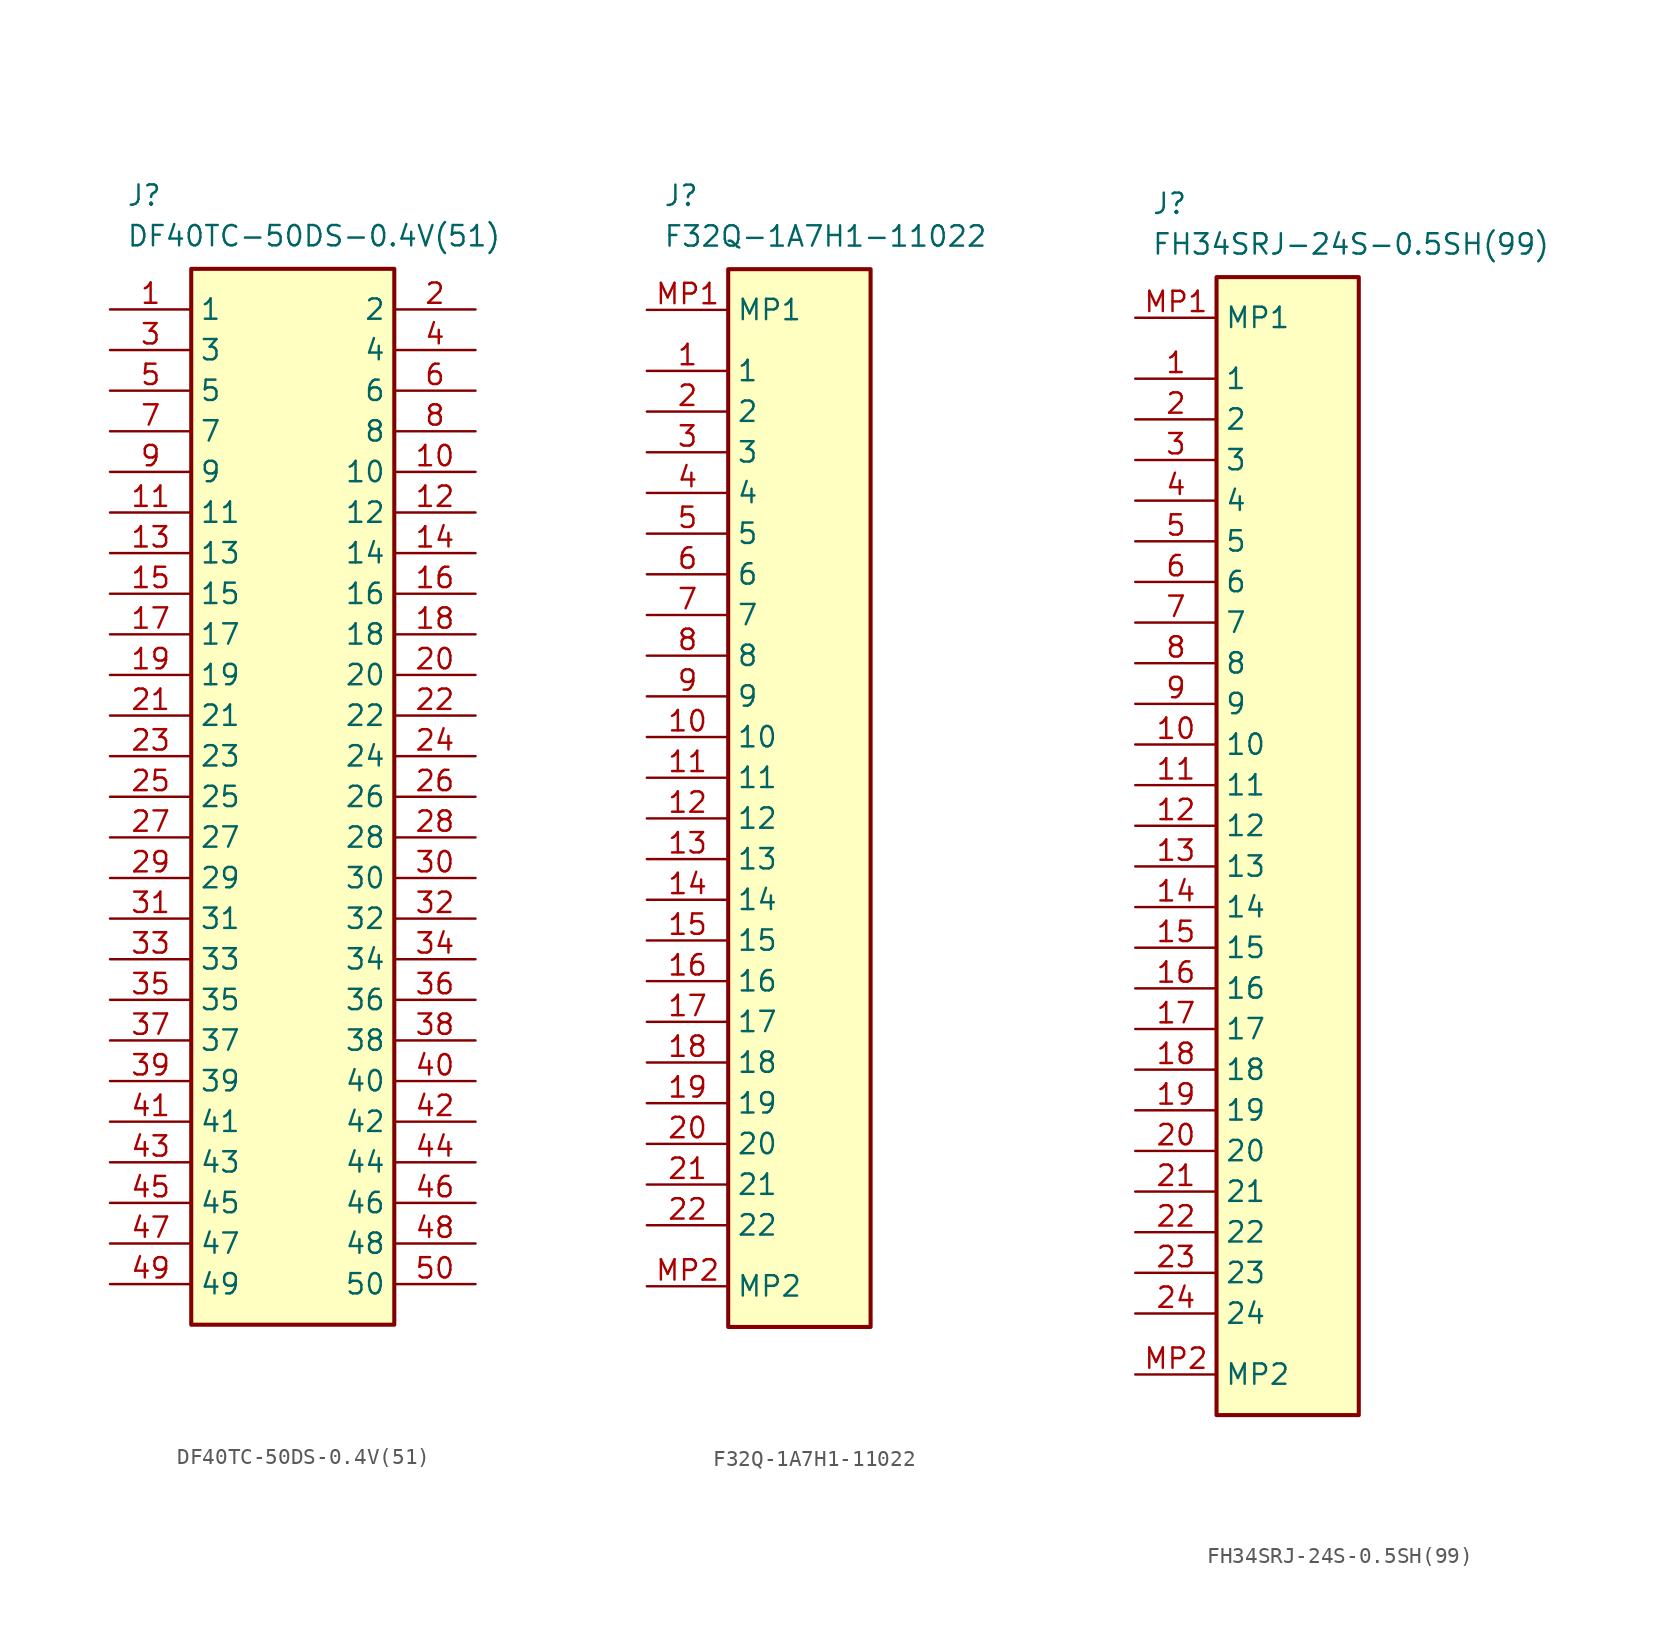
<source format=kicad_sym>
(kicad_symbol_lib
  (version 20241209)
  (generator "kicad_symbol_editor")
  (generator_version "9.0")
  (symbol "DF40TC-50DS-0.4V(51)"
    (property "Reference" "J"
      (at 1.016 7.874 0)
      (effects (font (size 1.27 1.27)) (justify left top)))
    (property "Value" "DF40TC-50DS-0.4V(51)"
      (at 1.016 5.334 0)
      (effects (font (size 1.27 1.27)) (justify left top)))
    (symbol "DF40TC-50DS-0.4V(51)_1_1"
      (rectangle (start 5.08 2.54) (end 17.78 -63.5) (stroke (width 0.254) (type default)) (fill (type background)))
      (pin passive line (at 0 0 0) (length 5.08) (name "1" (effects (font (size 1.27 1.27)))) (number "1" (effects (font (size 1.27 1.27)))))
      (pin passive line (at 0 -2.54 0) (length 5.08) (name "3" (effects (font (size 1.27 1.27)))) (number "3" (effects (font (size 1.27 1.27)))))
      (pin passive line (at 0 -5.08 0) (length 5.08) (name "5" (effects (font (size 1.27 1.27)))) (number "5" (effects (font (size 1.27 1.27)))))
      (pin passive line (at 0 -7.62 0) (length 5.08) (name "7" (effects (font (size 1.27 1.27)))) (number "7" (effects (font (size 1.27 1.27)))))
      (pin passive line (at 0 -10.16 0) (length 5.08) (name "9" (effects (font (size 1.27 1.27)))) (number "9" (effects (font (size 1.27 1.27)))))
      (pin passive line (at 0 -12.7 0) (length 5.08) (name "11" (effects (font (size 1.27 1.27)))) (number "11" (effects (font (size 1.27 1.27)))))
      (pin passive line (at 0 -15.24 0) (length 5.08) (name "13" (effects (font (size 1.27 1.27)))) (number "13" (effects (font (size 1.27 1.27)))))
      (pin passive line (at 0 -17.78 0) (length 5.08) (name "15" (effects (font (size 1.27 1.27)))) (number "15" (effects (font (size 1.27 1.27)))))
      (pin passive line (at 0 -20.32 0) (length 5.08) (name "17" (effects (font (size 1.27 1.27)))) (number "17" (effects (font (size 1.27 1.27)))))
      (pin passive line (at 0 -22.86 0) (length 5.08) (name "19" (effects (font (size 1.27 1.27)))) (number "19" (effects (font (size 1.27 1.27)))))
      (pin passive line (at 0 -25.4 0) (length 5.08) (name "21" (effects (font (size 1.27 1.27)))) (number "21" (effects (font (size 1.27 1.27)))))
      (pin passive line (at 0 -27.94 0) (length 5.08) (name "23" (effects (font (size 1.27 1.27)))) (number "23" (effects (font (size 1.27 1.27)))))
      (pin passive line (at 0 -30.48 0) (length 5.08) (name "25" (effects (font (size 1.27 1.27)))) (number "25" (effects (font (size 1.27 1.27)))))
      (pin passive line (at 0 -33.02 0) (length 5.08) (name "27" (effects (font (size 1.27 1.27)))) (number "27" (effects (font (size 1.27 1.27)))))
      (pin passive line (at 0 -35.56 0) (length 5.08) (name "29" (effects (font (size 1.27 1.27)))) (number "29" (effects (font (size 1.27 1.27)))))
      (pin passive line (at 0 -38.1 0) (length 5.08) (name "31" (effects (font (size 1.27 1.27)))) (number "31" (effects (font (size 1.27 1.27)))))
      (pin passive line (at 0 -40.64 0) (length 5.08) (name "33" (effects (font (size 1.27 1.27)))) (number "33" (effects (font (size 1.27 1.27)))))
      (pin passive line (at 0 -43.18 0) (length 5.08) (name "35" (effects (font (size 1.27 1.27)))) (number "35" (effects (font (size 1.27 1.27)))))
      (pin passive line (at 0 -45.72 0) (length 5.08) (name "37" (effects (font (size 1.27 1.27)))) (number "37" (effects (font (size 1.27 1.27)))))
      (pin passive line (at 0 -48.26 0) (length 5.08) (name "39" (effects (font (size 1.27 1.27)))) (number "39" (effects (font (size 1.27 1.27)))))
      (pin passive line (at 0 -50.8 0) (length 5.08) (name "41" (effects (font (size 1.27 1.27)))) (number "41" (effects (font (size 1.27 1.27)))))
      (pin passive line (at 0 -53.34 0) (length 5.08) (name "43" (effects (font (size 1.27 1.27)))) (number "43" (effects (font (size 1.27 1.27)))))
      (pin passive line (at 0 -55.88 0) (length 5.08) (name "45" (effects (font (size 1.27 1.27)))) (number "45" (effects (font (size 1.27 1.27)))))
      (pin passive line (at 0 -58.42 0) (length 5.08) (name "47" (effects (font (size 1.27 1.27)))) (number "47" (effects (font (size 1.27 1.27)))))
      (pin passive line (at 0 -60.96 0) (length 5.08) (name "49" (effects (font (size 1.27 1.27)))) (number "49" (effects (font (size 1.27 1.27)))))
      (pin passive line (at 22.86 0 180) (length 5.08) (name "2" (effects (font (size 1.27 1.27)))) (number "2" (effects (font (size 1.27 1.27)))))
      (pin passive line (at 22.86 -2.54 180) (length 5.08) (name "4" (effects (font (size 1.27 1.27)))) (number "4" (effects (font (size 1.27 1.27)))))
      (pin passive line (at 22.86 -5.08 180) (length 5.08) (name "6" (effects (font (size 1.27 1.27)))) (number "6" (effects (font (size 1.27 1.27)))))
      (pin passive line (at 22.86 -7.62 180) (length 5.08) (name "8" (effects (font (size 1.27 1.27)))) (number "8" (effects (font (size 1.27 1.27)))))
      (pin passive line (at 22.86 -10.16 180) (length 5.08) (name "10" (effects (font (size 1.27 1.27)))) (number "10" (effects (font (size 1.27 1.27)))))
      (pin passive line (at 22.86 -12.7 180) (length 5.08) (name "12" (effects (font (size 1.27 1.27)))) (number "12" (effects (font (size 1.27 1.27)))))
      (pin passive line (at 22.86 -15.24 180) (length 5.08) (name "14" (effects (font (size 1.27 1.27)))) (number "14" (effects (font (size 1.27 1.27)))))
      (pin passive line (at 22.86 -17.78 180) (length 5.08) (name "16" (effects (font (size 1.27 1.27)))) (number "16" (effects (font (size 1.27 1.27)))))
      (pin passive line (at 22.86 -20.32 180) (length 5.08) (name "18" (effects (font (size 1.27 1.27)))) (number "18" (effects (font (size 1.27 1.27)))))
      (pin passive line (at 22.86 -22.86 180) (length 5.08) (name "20" (effects (font (size 1.27 1.27)))) (number "20" (effects (font (size 1.27 1.27)))))
      (pin passive line (at 22.86 -25.4 180) (length 5.08) (name "22" (effects (font (size 1.27 1.27)))) (number "22" (effects (font (size 1.27 1.27)))))
      (pin passive line (at 22.86 -27.94 180) (length 5.08) (name "24" (effects (font (size 1.27 1.27)))) (number "24" (effects (font (size 1.27 1.27)))))
      (pin passive line (at 22.86 -30.48 180) (length 5.08) (name "26" (effects (font (size 1.27 1.27)))) (number "26" (effects (font (size 1.27 1.27)))))
      (pin passive line (at 22.86 -33.02 180) (length 5.08) (name "28" (effects (font (size 1.27 1.27)))) (number "28" (effects (font (size 1.27 1.27)))))
      (pin passive line (at 22.86 -35.56 180) (length 5.08) (name "30" (effects (font (size 1.27 1.27)))) (number "30" (effects (font (size 1.27 1.27)))))
      (pin passive line (at 22.86 -38.1 180) (length 5.08) (name "32" (effects (font (size 1.27 1.27)))) (number "32" (effects (font (size 1.27 1.27)))))
      (pin passive line (at 22.86 -40.64 180) (length 5.08) (name "34" (effects (font (size 1.27 1.27)))) (number "34" (effects (font (size 1.27 1.27)))))
      (pin passive line (at 22.86 -43.18 180) (length 5.08) (name "36" (effects (font (size 1.27 1.27)))) (number "36" (effects (font (size 1.27 1.27)))))
      (pin passive line (at 22.86 -45.72 180) (length 5.08) (name "38" (effects (font (size 1.27 1.27)))) (number "38" (effects (font (size 1.27 1.27)))))
      (pin passive line (at 22.86 -48.26 180) (length 5.08) (name "40" (effects (font (size 1.27 1.27)))) (number "40" (effects (font (size 1.27 1.27)))))
      (pin passive line (at 22.86 -50.8 180) (length 5.08) (name "42" (effects (font (size 1.27 1.27)))) (number "42" (effects (font (size 1.27 1.27)))))
      (pin passive line (at 22.86 -53.34 180) (length 5.08) (name "44" (effects (font (size 1.27 1.27)))) (number "44" (effects (font (size 1.27 1.27)))))
      (pin passive line (at 22.86 -55.88 180) (length 5.08) (name "46" (effects (font (size 1.27 1.27)))) (number "46" (effects (font (size 1.27 1.27)))))
      (pin passive line (at 22.86 -58.42 180) (length 5.08) (name "48" (effects (font (size 1.27 1.27)))) (number "48" (effects (font (size 1.27 1.27)))))
      (pin passive line (at 22.86 -60.96 180) (length 5.08) (name "50" (effects (font (size 1.27 1.27)))) (number "50" (effects (font (size 1.27 1.27)))))))
  (symbol "F32Q-1A7H1-11022"
    (property "Reference" "J"
      (at 1.016 7.874 0)
      (effects (font (size 1.27 1.27)) (justify left top)))
    (property "Value" "F32Q-1A7H1-11022"
      (at 1.016 5.334 0)
      (effects (font (size 1.27 1.27)) (justify left top)))
    (symbol "F32Q-1A7H1-11022_1_1"
      (rectangle (start 5.08 2.54) (end 13.97 -63.5) (stroke (width 0.254) (type default)) (fill (type background)))
      (pin passive line (at 0 0 0) (length 5.08) (name "MP1" (effects (font (size 1.27 1.27)))) (number "MP1" (effects (font (size 1.27 1.27)))))
      (pin passive line (at 0 -3.81 0) (length 5.08) (name "1" (effects (font (size 1.27 1.27)))) (number "1" (effects (font (size 1.27 1.27)))))
      (pin passive line (at 0 -6.35 0) (length 5.08) (name "2" (effects (font (size 1.27 1.27)))) (number "2" (effects (font (size 1.27 1.27)))))
      (pin passive line (at 0 -8.89 0) (length 5.08) (name "3" (effects (font (size 1.27 1.27)))) (number "3" (effects (font (size 1.27 1.27)))))
      (pin passive line (at 0 -11.43 0) (length 5.08) (name "4" (effects (font (size 1.27 1.27)))) (number "4" (effects (font (size 1.27 1.27)))))
      (pin passive line (at 0 -13.97 0) (length 5.08) (name "5" (effects (font (size 1.27 1.27)))) (number "5" (effects (font (size 1.27 1.27)))))
      (pin passive line (at 0 -16.51 0) (length 5.08) (name "6" (effects (font (size 1.27 1.27)))) (number "6" (effects (font (size 1.27 1.27)))))
      (pin passive line (at 0 -19.05 0) (length 5.08) (name "7" (effects (font (size 1.27 1.27)))) (number "7" (effects (font (size 1.27 1.27)))))
      (pin passive line (at 0 -21.59 0) (length 5.08) (name "8" (effects (font (size 1.27 1.27)))) (number "8" (effects (font (size 1.27 1.27)))))
      (pin passive line (at 0 -24.13 0) (length 5.08) (name "9" (effects (font (size 1.27 1.27)))) (number "9" (effects (font (size 1.27 1.27)))))
      (pin passive line (at 0 -26.67 0) (length 5.08) (name "10" (effects (font (size 1.27 1.27)))) (number "10" (effects (font (size 1.27 1.27)))))
      (pin passive line (at 0 -29.21 0) (length 5.08) (name "11" (effects (font (size 1.27 1.27)))) (number "11" (effects (font (size 1.27 1.27)))))
      (pin passive line (at 0 -31.75 0) (length 5.08) (name "12" (effects (font (size 1.27 1.27)))) (number "12" (effects (font (size 1.27 1.27)))))
      (pin passive line (at 0 -34.29 0) (length 5.08) (name "13" (effects (font (size 1.27 1.27)))) (number "13" (effects (font (size 1.27 1.27)))))
      (pin passive line (at 0 -36.83 0) (length 5.08) (name "14" (effects (font (size 1.27 1.27)))) (number "14" (effects (font (size 1.27 1.27)))))
      (pin passive line (at 0 -39.37 0) (length 5.08) (name "15" (effects (font (size 1.27 1.27)))) (number "15" (effects (font (size 1.27 1.27)))))
      (pin passive line (at 0 -41.91 0) (length 5.08) (name "16" (effects (font (size 1.27 1.27)))) (number "16" (effects (font (size 1.27 1.27)))))
      (pin passive line (at 0 -44.45 0) (length 5.08) (name "17" (effects (font (size 1.27 1.27)))) (number "17" (effects (font (size 1.27 1.27)))))
      (pin passive line (at 0 -46.99 0) (length 5.08) (name "18" (effects (font (size 1.27 1.27)))) (number "18" (effects (font (size 1.27 1.27)))))
      (pin passive line (at 0 -49.53 0) (length 5.08) (name "19" (effects (font (size 1.27 1.27)))) (number "19" (effects (font (size 1.27 1.27)))))
      (pin passive line (at 0 -52.07 0) (length 5.08) (name "20" (effects (font (size 1.27 1.27)))) (number "20" (effects (font (size 1.27 1.27)))))
      (pin passive line (at 0 -54.61 0) (length 5.08) (name "21" (effects (font (size 1.27 1.27)))) (number "21" (effects (font (size 1.27 1.27)))))
      (pin passive line (at 0 -57.15 0) (length 5.08) (name "22" (effects (font (size 1.27 1.27)))) (number "22" (effects (font (size 1.27 1.27)))))
      (pin passive line (at 0 -60.96 0) (length 5.08) (name "MP2" (effects (font (size 1.27 1.27)))) (number "MP2" (effects (font (size 1.27 1.27)))))))
  (symbol "FH34SRJ-24S-0.5SH(99)"
    (property "Reference" "J"
      (at 1.016 7.874 0)
      (effects (font (size 1.27 1.27)) (justify left top)))
    (property "Value" "FH34SRJ-24S-0.5SH(99)"
      (at 1.016 5.334 0)
      (effects (font (size 1.27 1.27)) (justify left top)))
    (symbol "FH34SRJ-24S-0.5SH(99)_1_1"
      (rectangle (start 5.08 2.54) (end 13.97 -68.58) (stroke (width 0.254) (type default)) (fill (type background)))
      (pin passive line (at 0 0 0) (length 5.08) (name "MP1" (effects (font (size 1.27 1.27)))) (number "MP1" (effects (font (size 1.27 1.27)))))
      (pin passive line (at 0 -3.81 0) (length 5.08) (name "1" (effects (font (size 1.27 1.27)))) (number "1" (effects (font (size 1.27 1.27)))))
      (pin passive line (at 0 -6.35 0) (length 5.08) (name "2" (effects (font (size 1.27 1.27)))) (number "2" (effects (font (size 1.27 1.27)))))
      (pin passive line (at 0 -8.89 0) (length 5.08) (name "3" (effects (font (size 1.27 1.27)))) (number "3" (effects (font (size 1.27 1.27)))))
      (pin passive line (at 0 -11.43 0) (length 5.08) (name "4" (effects (font (size 1.27 1.27)))) (number "4" (effects (font (size 1.27 1.27)))))
      (pin passive line (at 0 -13.97 0) (length 5.08) (name "5" (effects (font (size 1.27 1.27)))) (number "5" (effects (font (size 1.27 1.27)))))
      (pin passive line (at 0 -16.51 0) (length 5.08) (name "6" (effects (font (size 1.27 1.27)))) (number "6" (effects (font (size 1.27 1.27)))))
      (pin passive line (at 0 -19.05 0) (length 5.08) (name "7" (effects (font (size 1.27 1.27)))) (number "7" (effects (font (size 1.27 1.27)))))
      (pin passive line (at 0 -21.59 0) (length 5.08) (name "8" (effects (font (size 1.27 1.27)))) (number "8" (effects (font (size 1.27 1.27)))))
      (pin passive line (at 0 -24.13 0) (length 5.08) (name "9" (effects (font (size 1.27 1.27)))) (number "9" (effects (font (size 1.27 1.27)))))
      (pin passive line (at 0 -26.67 0) (length 5.08) (name "10" (effects (font (size 1.27 1.27)))) (number "10" (effects (font (size 1.27 1.27)))))
      (pin passive line (at 0 -29.21 0) (length 5.08) (name "11" (effects (font (size 1.27 1.27)))) (number "11" (effects (font (size 1.27 1.27)))))
      (pin passive line (at 0 -31.75 0) (length 5.08) (name "12" (effects (font (size 1.27 1.27)))) (number "12" (effects (font (size 1.27 1.27)))))
      (pin passive line (at 0 -34.29 0) (length 5.08) (name "13" (effects (font (size 1.27 1.27)))) (number "13" (effects (font (size 1.27 1.27)))))
      (pin passive line (at 0 -36.83 0) (length 5.08) (name "14" (effects (font (size 1.27 1.27)))) (number "14" (effects (font (size 1.27 1.27)))))
      (pin passive line (at 0 -39.37 0) (length 5.08) (name "15" (effects (font (size 1.27 1.27)))) (number "15" (effects (font (size 1.27 1.27)))))
      (pin passive line (at 0 -41.91 0) (length 5.08) (name "16" (effects (font (size 1.27 1.27)))) (number "16" (effects (font (size 1.27 1.27)))))
      (pin passive line (at 0 -44.45 0) (length 5.08) (name "17" (effects (font (size 1.27 1.27)))) (number "17" (effects (font (size 1.27 1.27)))))
      (pin passive line (at 0 -46.99 0) (length 5.08) (name "18" (effects (font (size 1.27 1.27)))) (number "18" (effects (font (size 1.27 1.27)))))
      (pin passive line (at 0 -49.53 0) (length 5.08) (name "19" (effects (font (size 1.27 1.27)))) (number "19" (effects (font (size 1.27 1.27)))))
      (pin passive line (at 0 -52.07 0) (length 5.08) (name "20" (effects (font (size 1.27 1.27)))) (number "20" (effects (font (size 1.27 1.27)))))
      (pin passive line (at 0 -54.61 0) (length 5.08) (name "21" (effects (font (size 1.27 1.27)))) (number "21" (effects (font (size 1.27 1.27)))))
      (pin passive line (at 0 -57.15 0) (length 5.08) (name "22" (effects (font (size 1.27 1.27)))) (number "22" (effects (font (size 1.27 1.27)))))
      (pin passive line (at 0 -59.69 0) (length 5.08) (name "23" (effects (font (size 1.27 1.27)))) (number "23" (effects (font (size 1.27 1.27)))))
      (pin passive line (at 0 -62.23 0) (length 5.08) (name "24" (effects (font (size 1.27 1.27)))) (number "24" (effects (font (size 1.27 1.27)))))
      (pin passive line (at 0 -66.04 0) (length 5.08) (name "MP2" (effects (font (size 1.27 1.27)))) (number "MP2" (effects (font (size 1.27 1.27))))))))
</source>
